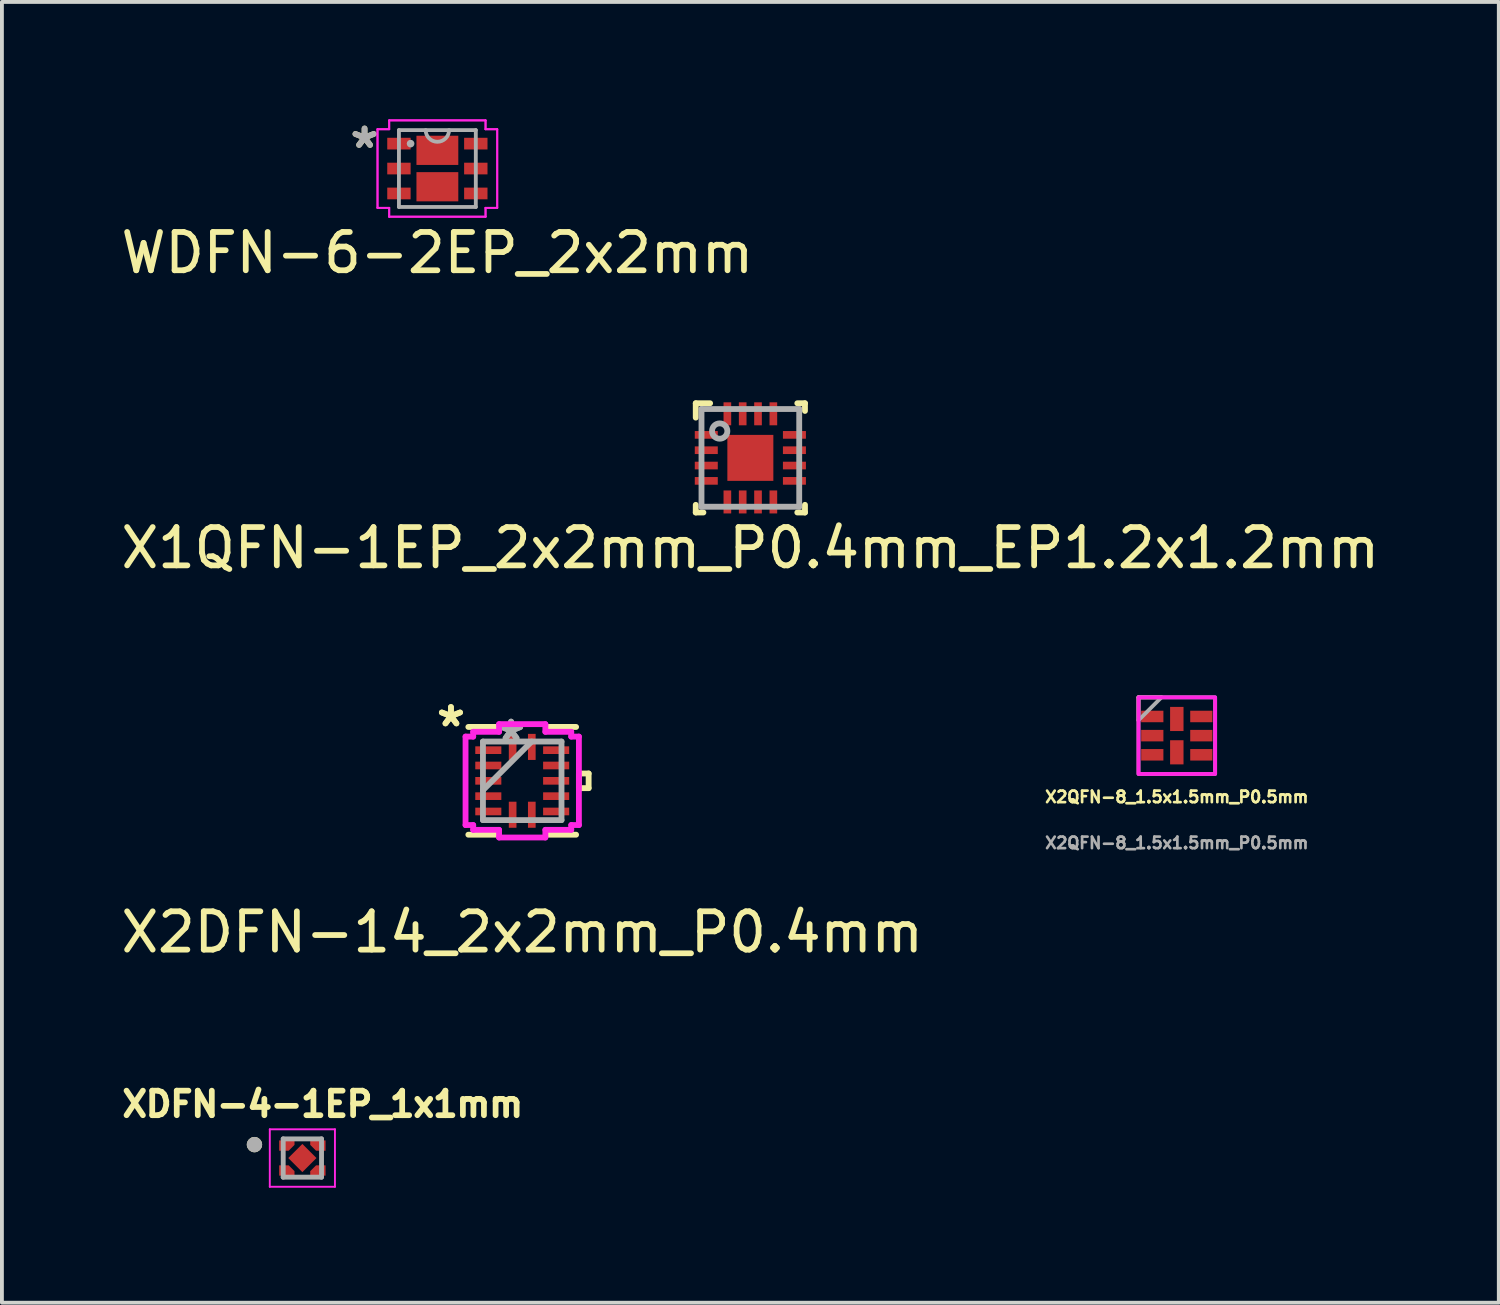
<source format=kicad_pcb>
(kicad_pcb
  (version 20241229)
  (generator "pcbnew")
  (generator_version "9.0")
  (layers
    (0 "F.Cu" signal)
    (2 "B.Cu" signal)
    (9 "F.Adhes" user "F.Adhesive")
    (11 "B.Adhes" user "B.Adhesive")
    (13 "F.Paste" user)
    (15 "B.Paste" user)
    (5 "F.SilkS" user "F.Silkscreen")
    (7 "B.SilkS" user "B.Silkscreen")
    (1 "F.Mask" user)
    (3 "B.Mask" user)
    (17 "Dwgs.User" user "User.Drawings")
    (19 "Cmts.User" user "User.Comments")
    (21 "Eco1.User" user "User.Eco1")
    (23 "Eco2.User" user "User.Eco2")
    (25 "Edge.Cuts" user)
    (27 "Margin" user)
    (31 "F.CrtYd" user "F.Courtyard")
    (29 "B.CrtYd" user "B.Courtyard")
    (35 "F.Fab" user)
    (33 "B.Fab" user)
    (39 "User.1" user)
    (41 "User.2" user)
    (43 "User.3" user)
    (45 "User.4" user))
  (footprint "X2QFN-8_1.5x1.5mm_P0.5mm"
    (layer "F.Cu")
    (at 27.658 16.146)
    (property "Reference" "X2QFN-8_1.5x1.5mm_P0.5mm" (at 0 1.6 0) (unlocked yes) (layer "F.SilkS") (effects (font (size 0.3 0.3) (thickness 0.07) (bold yes))))
    (attr smd)
    (fp_line (start -1 -1) (end -0.4 -1) (stroke (width 0.1) (type default)) (layer "F.SilkS"))
    (fp_line (start -1 -0.4) (end -1 -1) (stroke (width 0.1) (type default)) (layer "F.SilkS"))
    (fp_rect (start -1 -1) (end 1 1) (stroke (width 0.1) (type default)) (fill no) (layer "F.CrtYd"))
    (fp_line (start -0.4 -1) (end -1 -0.4) (stroke (width 0.1) (type default)) (layer "F.Fab"))
    (fp_rect (start -1 -1) (end 1 1) (stroke (width 0.1) (type default)) (fill no) (layer "F.Fab"))
    (fp_text user "${REFERENCE}" (at 0 2.8 0) (unlocked yes) (layer "F.Fab") (effects (font (size 0.3 0.3) (thickness 0.07) (bold yes))))
    (pad "1" smd rect (at -0.64 -0.5 270) (size 0.3 0.58) (layers "F.Cu" "F.Mask" "F.Paste"))
    (pad "2" smd rect (at -0.64 0 270) (size 0.3 0.58) (layers "F.Cu" "F.Mask" "F.Paste"))
    (pad "3" smd rect (at -0.64 0.5 270) (size 0.3 0.58) (layers "F.Cu" "F.Mask" "F.Paste"))
    (pad "4" smd rect (at 0 0.435) (size 0.35 0.63) (layers "F.Cu" "F.Mask" "F.Paste"))
    (pad "5" smd rect (at 0.64 0.5 270) (size 0.3 0.58) (layers "F.Cu" "F.Mask" "F.Paste"))
    (pad "6" smd rect (at 0.64 0 270) (size 0.3 0.58) (layers "F.Cu" "F.Mask" "F.Paste"))
    (pad "7" smd rect (at 0.64 -0.5 270) (size 0.3 0.58) (layers "F.Cu" "F.Mask" "F.Paste"))
    (pad "8" smd rect (at 0 -0.435) (size 0.35 0.63) (layers "F.Cu" "F.Mask" "F.Paste")))
  (footprint "XDFN-4-1EP_1x1mm"
    (layer "F.Cu")
    (at 4.84 27.168)
    (property "Reference" "XDFN-4-1EP_1x1mm" (at 0.532 -1.406 0) (layer "F.SilkS") (effects (font (size 0.64 0.64) (thickness 0.15))))
    (attr through_hole)
    (fp_poly (pts (xy -0.65 -0.505) (xy -0.16 -0.505) (xy -0.16 -0.32) (xy -0.335 -0.145) (xy -0.65 -0.145)) (stroke (width 0.01) (type solid)) (fill yes) (layer "F.Mask"))
    (fp_poly (pts (xy -0.65 0.505) (xy -0.16 0.505) (xy -0.16 0.32) (xy -0.335 0.145) (xy -0.65 0.145)) (stroke (width 0.01) (type solid)) (fill yes) (layer "F.Mask"))
    (fp_poly (pts (xy 0.65 -0.505) (xy 0.16 -0.505) (xy 0.16 -0.32) (xy 0.335 -0.145) (xy 0.65 -0.145)) (stroke (width 0.01) (type solid)) (fill yes) (layer "F.Mask"))
    (fp_poly (pts (xy 0.65 0.505) (xy 0.16 0.505) (xy 0.16 0.32) (xy 0.335 0.145) (xy 0.65 0.145)) (stroke (width 0.01) (type solid)) (fill yes) (layer "F.Mask"))
    (fp_circle (center -1.25 -0.35) (end -1.15 -0.35) (stroke (width 0.2) (type solid)) (fill no) (layer "F.SilkS"))
    (fp_poly (pts (xy -0.6 -0.455) (xy -0.21 -0.455) (xy -0.21 -0.345) (xy -0.36 -0.195) (xy -0.6 -0.195)) (stroke (width 0.01) (type solid)) (fill yes) (layer "F.Paste"))
    (fp_poly (pts (xy -0.6 0.455) (xy -0.21 0.455) (xy -0.21 0.345) (xy -0.36 0.195) (xy -0.6 0.195)) (stroke (width 0.01) (type solid)) (fill yes) (layer "F.Paste"))
    (fp_poly (pts (xy 0.6 -0.455) (xy 0.21 -0.455) (xy 0.21 -0.345) (xy 0.36 -0.195) (xy 0.6 -0.195)) (stroke (width 0.01) (type solid)) (fill yes) (layer "F.Paste"))
    (fp_poly (pts (xy 0.6 0.455) (xy 0.21 0.455) (xy 0.21 0.345) (xy 0.36 0.195) (xy 0.6 0.195)) (stroke (width 0.01) (type solid)) (fill yes) (layer "F.Paste"))
    (fp_line (start -0.85 -0.75) (end 0.85 -0.75) (stroke (width 0.05) (type solid)) (layer "F.CrtYd"))
    (fp_line (start -0.85 0.75) (end -0.85 -0.75) (stroke (width 0.05) (type solid)) (layer "F.CrtYd"))
    (fp_line (start 0.85 -0.75) (end 0.85 0.75) (stroke (width 0.05) (type solid)) (layer "F.CrtYd"))
    (fp_line (start 0.85 0.75) (end -0.85 0.75) (stroke (width 0.05) (type solid)) (layer "F.CrtYd"))
    (fp_line (start -0.5 -0.5) (end -0.5 0.5) (stroke (width 0.127) (type solid)) (layer "F.Fab"))
    (fp_line (start -0.5 0.5) (end 0.5 0.5) (stroke (width 0.127) (type solid)) (layer "F.Fab"))
    (fp_line (start 0.5 -0.5) (end -0.5 -0.5) (stroke (width 0.127) (type solid)) (layer "F.Fab"))
    (fp_line (start 0.5 0.5) (end 0.5 -0.5) (stroke (width 0.127) (type solid)) (layer "F.Fab"))
    (fp_circle (center -1.25 -0.35) (end -1.15 -0.35) (stroke (width 0.2) (type solid)) (fill no) (layer "F.Fab"))
    (pad "1" smd custom (at -0.405 -0.325) (size 0.1 0.1) (layers "F.Cu") (options (anchor rect)) (primitives (gr_poly (pts (xy -0.195 -0.13) (xy 0.195 -0.13) (xy 0.195 -0.02) (xy 0.045 0.13) (xy -0.195 0.13)) (width 0.01) (fill yes))))
    (pad "2" smd custom (at -0.405 0.325) (size 0.1 0.1) (layers "F.Cu") (options (anchor rect)) (primitives (gr_poly (pts (xy -0.195 0.13) (xy 0.195 0.13) (xy 0.195 0.02) (xy 0.045 -0.13) (xy -0.195 -0.13)) (width 0.01) (fill yes))))
    (pad "3" smd custom (at 0.405 0.325) (size 0.1 0.1) (layers "F.Cu") (options (anchor rect)) (primitives (gr_poly (pts (xy 0.195 0.13) (xy -0.195 0.13) (xy -0.195 0.02) (xy -0.045 -0.13) (xy 0.195 -0.13)) (width 0.01) (fill yes))))
    (pad "4" smd custom (at 0.405 -0.325) (size 0.1 0.1) (layers "F.Cu") (options (anchor rect)) (primitives (gr_poly (pts (xy 0.195 -0.13) (xy -0.195 -0.13) (xy -0.195 -0.02) (xy -0.045 0.13) (xy 0.195 0.13)) (width 0.01) (fill yes))))
    (pad "5" smd rect (at 0 0 45) (size 0.52 0.52) (layers "F.Cu" "F.Mask" "F.Paste")))
  (footprint "X2DFN-14_2x2mm_P0.4mm"
    (layer "F.Cu")
    (at 10.577 17.325)
    (property "Reference" "X2DFN-14_2x2mm_P0.4mm" (at 0 3.95 0) (layer "F.SilkS") (effects (font (size 1 1) (thickness 0.15))))
    (attr through_hole)
    (fp_line (start -1.406 1.406) (end -0.629 1.406) (stroke (width 0.152) (type solid)) (layer "F.SilkS"))
    (fp_line (start -0.629 -1.406) (end -1.406 -1.406) (stroke (width 0.152) (type solid)) (layer "F.SilkS"))
    (fp_line (start 0.629 1.406) (end 1.406 1.406) (stroke (width 0.152) (type solid)) (layer "F.SilkS"))
    (fp_line (start 1.406 -1.406) (end 0.629 -1.406) (stroke (width 0.152) (type solid)) (layer "F.SilkS"))
    (fp_line (start 1.479 -0.191) (end 1.733 -0.191) (stroke (width 0.152) (type solid)) (layer "F.SilkS"))
    (fp_line (start 1.479 0.191) (end 1.479 -0.191) (stroke (width 0.152) (type solid)) (layer "F.SilkS"))
    (fp_line (start 1.733 -0.191) (end 1.733 0.191) (stroke (width 0.152) (type solid)) (layer "F.SilkS"))
    (fp_line (start 1.733 0.191) (end 1.479 0.191) (stroke (width 0.152) (type solid)) (layer "F.SilkS"))
    (fp_line (start -1.479 -1.154) (end -1.279 -1.154) (stroke (width 0.152) (type solid)) (layer "F.CrtYd"))
    (fp_line (start -1.479 1.154) (end -1.479 -1.154) (stroke (width 0.152) (type solid)) (layer "F.CrtYd"))
    (fp_line (start -1.279 -1.279) (end -0.604 -1.279) (stroke (width 0.152) (type solid)) (layer "F.CrtYd"))
    (fp_line (start -1.279 -1.154) (end -1.279 -1.279) (stroke (width 0.152) (type solid)) (layer "F.CrtYd"))
    (fp_line (start -1.279 1.154) (end -1.479 1.154) (stroke (width 0.152) (type solid)) (layer "F.CrtYd"))
    (fp_line (start -1.279 1.279) (end -1.279 1.154) (stroke (width 0.152) (type solid)) (layer "F.CrtYd"))
    (fp_line (start -0.604 -1.479) (end 0.604 -1.479) (stroke (width 0.152) (type solid)) (layer "F.CrtYd"))
    (fp_line (start -0.604 -1.279) (end -0.604 -1.479) (stroke (width 0.152) (type solid)) (layer "F.CrtYd"))
    (fp_line (start -0.604 1.279) (end -1.279 1.279) (stroke (width 0.152) (type solid)) (layer "F.CrtYd"))
    (fp_line (start -0.604 1.479) (end -0.604 1.279) (stroke (width 0.152) (type solid)) (layer "F.CrtYd"))
    (fp_line (start 0.604 -1.479) (end 0.604 -1.279) (stroke (width 0.152) (type solid)) (layer "F.CrtYd"))
    (fp_line (start 0.604 -1.279) (end 1.279 -1.279) (stroke (width 0.152) (type solid)) (layer "F.CrtYd"))
    (fp_line (start 0.604 1.279) (end 0.604 1.479) (stroke (width 0.152) (type solid)) (layer "F.CrtYd"))
    (fp_line (start 0.604 1.479) (end -0.604 1.479) (stroke (width 0.152) (type solid)) (layer "F.CrtYd"))
    (fp_line (start 1.279 -1.279) (end 1.279 -1.154) (stroke (width 0.152) (type solid)) (layer "F.CrtYd"))
    (fp_line (start 1.279 -1.154) (end 1.479 -1.154) (stroke (width 0.152) (type solid)) (layer "F.CrtYd"))
    (fp_line (start 1.279 1.154) (end 1.279 1.279) (stroke (width 0.152) (type solid)) (layer "F.CrtYd"))
    (fp_line (start 1.279 1.279) (end 0.604 1.279) (stroke (width 0.152) (type solid)) (layer "F.CrtYd"))
    (fp_line (start 1.479 -1.154) (end 1.479 1.154) (stroke (width 0.152) (type solid)) (layer "F.CrtYd"))
    (fp_line (start 1.479 1.154) (end 1.279 1.154) (stroke (width 0.152) (type solid)) (layer "F.CrtYd"))
    (fp_line (start -1.025 -1.025) (end -1.025 1.025) (stroke (width 0.152) (type solid)) (layer "F.Fab"))
    (fp_line (start -1.025 0.245) (end 0.245 -1.025) (stroke (width 0.152) (type solid)) (layer "F.Fab"))
    (fp_line (start -1.025 1.025) (end 1.025 1.025) (stroke (width 0.152) (type solid)) (layer "F.Fab"))
    (fp_line (start 1.025 -1.025) (end -1.025 -1.025) (stroke (width 0.152) (type solid)) (layer "F.Fab"))
    (fp_line (start 1.025 1.025) (end 1.025 -1.025) (stroke (width 0.152) (type solid)) (layer "F.Fab"))
    (fp_text user "*" (at -1.86 -1.381 0) (layer "F.SilkS") (effects (font (size 1 1) (thickness 0.15))))
    (fp_text user "*" (at -1.86 -1.381 0) (layer "F.SilkS") (effects (font (size 1 1) (thickness 0.15))))
    (fp_text user "*" (at -0.291 -1 0) (layer "F.Fab") (effects (font (size 1 1) (thickness 0.15))))
    (fp_text user "*" (at -0.291 -1 0) (layer "F.Fab") (effects (font (size 1 1) (thickness 0.15))))
    (pad "1" smd rect (at -0.885 -0.8 90) (size 0.2 0.68) (layers "F.Cu" "F.Mask" "F.Paste"))
    (pad "2" smd rect (at -0.885 -0.4 90) (size 0.2 0.68) (layers "F.Cu" "F.Mask" "F.Paste"))
    (pad "3" smd rect (at -0.885 0 90) (size 0.2 0.68) (layers "F.Cu" "F.Mask" "F.Paste"))
    (pad "4" smd rect (at -0.885 0.4 90) (size 0.2 0.68) (layers "F.Cu" "F.Mask" "F.Paste"))
    (pad "5" smd rect (at -0.885 0.8 90) (size 0.2 0.68) (layers "F.Cu" "F.Mask" "F.Paste"))
    (pad "6" smd rect (at -0.25 0.885) (size 0.2 0.68) (layers "F.Cu" "F.Mask" "F.Paste"))
    (pad "7" smd rect (at 0.25 0.885) (size 0.2 0.68) (layers "F.Cu" "F.Mask" "F.Paste"))
    (pad "8" smd rect (at 0.885 0.8 90) (size 0.2 0.68) (layers "F.Cu" "F.Mask" "F.Paste"))
    (pad "9" smd rect (at 0.885 0.4 90) (size 0.2 0.68) (layers "F.Cu" "F.Mask" "F.Paste"))
    (pad "10" smd rect (at 0.885 0 90) (size 0.2 0.68) (layers "F.Cu" "F.Mask" "F.Paste"))
    (pad "11" smd rect (at 0.885 -0.4 90) (size 0.2 0.68) (layers "F.Cu" "F.Mask" "F.Paste"))
    (pad "12" smd rect (at 0.885 -0.8 90) (size 0.2 0.68) (layers "F.Cu" "F.Mask" "F.Paste"))
    (pad "13" smd rect (at 0.25 -0.885) (size 0.2 0.68) (layers "F.Cu" "F.Mask" "F.Paste"))
    (pad "14" smd rect (at -0.25 -0.885) (size 0.2 0.68) (layers "F.Cu" "F.Mask" "F.Paste")))
  (footprint "WDFN-6-2EP_2x2mm"
    (layer "F.Cu")
    (at 8.363 1.348)
    (property "Reference" "WDFN-6-2EP_2x2mm" (at 0 2.2 0) (layer "F.SilkS") (effects (font (size 1 1) (thickness 0.15))))
    (attr through_hole)
    (fp_line (start -1.562 -1.026) (end -1.257 -1.026) (stroke (width 0.05) (type solid)) (layer "F.CrtYd"))
    (fp_line (start -1.562 -1.026) (end -1.257 -1.026) (stroke (width 0.05) (type solid)) (layer "F.CrtYd"))
    (fp_line (start -1.562 1.026) (end -1.562 -1.026) (stroke (width 0.05) (type solid)) (layer "F.CrtYd"))
    (fp_line (start -1.562 1.026) (end -1.562 -1.026) (stroke (width 0.05) (type solid)) (layer "F.CrtYd"))
    (fp_line (start -1.562 1.026) (end -1.257 1.026) (stroke (width 0.05) (type solid)) (layer "F.CrtYd"))
    (fp_line (start -1.257 -1.257) (end 1.257 -1.257) (stroke (width 0.05) (type solid)) (layer "F.CrtYd"))
    (fp_line (start -1.257 -1.257) (end 1.257 -1.257) (stroke (width 0.05) (type solid)) (layer "F.CrtYd"))
    (fp_line (start -1.257 -1.026) (end -1.257 -1.257) (stroke (width 0.05) (type solid)) (layer "F.CrtYd"))
    (fp_line (start -1.257 -1.026) (end -1.257 -1.257) (stroke (width 0.05) (type solid)) (layer "F.CrtYd"))
    (fp_line (start -1.257 1.026) (end -1.562 1.026) (stroke (width 0.05) (type solid)) (layer "F.CrtYd"))
    (fp_line (start -1.257 1.257) (end -1.257 1.026) (stroke (width 0.05) (type solid)) (layer "F.CrtYd"))
    (fp_line (start -1.257 1.257) (end -1.257 1.026) (stroke (width 0.05) (type solid)) (layer "F.CrtYd"))
    (fp_line (start 1.257 -1.257) (end 1.257 -1.026) (stroke (width 0.05) (type solid)) (layer "F.CrtYd"))
    (fp_line (start 1.257 -1.257) (end 1.257 -1.026) (stroke (width 0.05) (type solid)) (layer "F.CrtYd"))
    (fp_line (start 1.257 -1.026) (end 1.562 -1.026) (stroke (width 0.05) (type solid)) (layer "F.CrtYd"))
    (fp_line (start 1.257 1.026) (end 1.257 1.257) (stroke (width 0.05) (type solid)) (layer "F.CrtYd"))
    (fp_line (start 1.257 1.026) (end 1.257 1.257) (stroke (width 0.05) (type solid)) (layer "F.CrtYd"))
    (fp_line (start 1.257 1.257) (end -1.257 1.257) (stroke (width 0.05) (type solid)) (layer "F.CrtYd"))
    (fp_line (start 1.257 1.257) (end -1.257 1.257) (stroke (width 0.05) (type solid)) (layer "F.CrtYd"))
    (fp_line (start 1.562 -1.026) (end 1.257 -1.026) (stroke (width 0.05) (type solid)) (layer "F.CrtYd"))
    (fp_line (start 1.562 -1.026) (end 1.562 1.026) (stroke (width 0.05) (type solid)) (layer "F.CrtYd"))
    (fp_line (start 1.562 -1.026) (end 1.562 1.026) (stroke (width 0.05) (type solid)) (layer "F.CrtYd"))
    (fp_line (start 1.562 1.026) (end 1.257 1.026) (stroke (width 0.05) (type solid)) (layer "F.CrtYd"))
    (fp_line (start 1.562 1.026) (end 1.257 1.026) (stroke (width 0.05) (type solid)) (layer "F.CrtYd"))
    (fp_line (start -1.003 -1.003) (end -1.003 1.003) (stroke (width 0.1) (type solid)) (layer "F.Fab"))
    (fp_line (start -1.003 1.003) (end 1.003 1.003) (stroke (width 0.1) (type solid)) (layer "F.Fab"))
    (fp_line (start 1.003 -1.003) (end -1.003 -1.003) (stroke (width 0.1) (type solid)) (layer "F.Fab"))
    (fp_line (start 1.003 1.003) (end 1.003 -1.003) (stroke (width 0.1) (type solid)) (layer "F.Fab"))
    (fp_arc (start 0.3048 -1.0033) (mid 0 -0.6985) (end -0.3048 -1.0033) (stroke (width 0.1) (type solid)) (layer "F.Fab"))
    (fp_circle (center -0.699 -0.65) (end -0.699 -0.65) (stroke (width 0.1) (type solid)) (fill no) (layer "F.Fab"))
    (fp_text user "*" (at -1.9 -0.5 0) (layer "F.SilkS") (effects (font (size 1 1) (thickness 0.15))))
    (fp_text user "*" (at -1.9 -0.5 0) (layer "F.Fab") (effects (font (size 1 1) (thickness 0.15))))
    (pad "1" smd rect (at -1.003 -0.65) (size 0.61 0.305) (layers "F.Cu" "F.Mask" "F.Paste"))
    (pad "2" smd rect (at -1.003 0) (size 0.61 0.305) (layers "F.Cu" "F.Mask" "F.Paste"))
    (pad "3" smd rect (at -1.003 0.65) (size 0.61 0.305) (layers "F.Cu" "F.Mask" "F.Paste"))
    (pad "4" smd rect (at 1.003 0.65) (size 0.61 0.305) (layers "F.Cu" "F.Mask" "F.Paste"))
    (pad "5" smd rect (at 1.003 0) (size 0.61 0.305) (layers "F.Cu" "F.Mask" "F.Paste"))
    (pad "6" smd rect (at 1.003 -0.65) (size 0.61 0.305) (layers "F.Cu" "F.Mask" "F.Paste"))
    (pad "7" smd rect (at 0 -0.475) (size 1.092 0.762) (layers "F.Cu" "F.Mask" "F.Paste"))
    (pad "8" smd rect (at 0 0.475) (size 1.092 0.762) (layers "F.Cu" "F.Mask" "F.Paste")))
  (footprint "X1QFN-1EP_2x2mm_P0.4mm_EP1.2x1.2mm"
    (layer "F.Cu")
    (at 16.53 8.898)
    (property "Reference" "X1QFN-1EP_2x2mm_P0.4mm_EP1.2x1.2mm" (at 0 2.35 0) (layer "F.SilkS") (effects (font (size 1 1) (thickness 0.15))))
    (attr through_hole)
    (fp_line (start -1.425 -1.425) (end -1.05 -1.425) (stroke (width 0.152) (type solid)) (layer "F.SilkS"))
    (fp_line (start -1.425 -1.05) (end -1.425 -1.425) (stroke (width 0.152) (type solid)) (layer "F.SilkS"))
    (fp_line (start -1.425 1.425) (end -1.425 1.225) (stroke (width 0.152) (type solid)) (layer "F.SilkS"))
    (fp_line (start -1.425 1.425) (end -1.225 1.425) (stroke (width 0.152) (type solid)) (layer "F.SilkS"))
    (fp_line (start 1.225 -1.425) (end 1.425 -1.425) (stroke (width 0.152) (type solid)) (layer "F.SilkS"))
    (fp_line (start 1.225 1.425) (end 1.425 1.425) (stroke (width 0.152) (type solid)) (layer "F.SilkS"))
    (fp_line (start 1.425 -1.225) (end 1.425 -1.425) (stroke (width 0.152) (type solid)) (layer "F.SilkS"))
    (fp_line (start 1.425 1.425) (end 1.425 1.225) (stroke (width 0.152) (type solid)) (layer "F.SilkS"))
    (fp_line (start -1.275 -1.275) (end 1.275 -1.275) (stroke (width 0.152) (type solid)) (layer "F.Fab"))
    (fp_line (start -1.275 1.275) (end -1.275 -1.275) (stroke (width 0.152) (type solid)) (layer "F.Fab"))
    (fp_line (start -1.275 1.275) (end 1.275 1.275) (stroke (width 0.152) (type solid)) (layer "F.Fab"))
    (fp_line (start 1.275 1.275) (end 1.275 -1.275) (stroke (width 0.152) (type solid)) (layer "F.Fab"))
    (fp_circle (center -0.8 -0.7) (end -0.6 -0.7) (stroke (width 0.152) (type solid)) (fill no) (layer "F.Fab"))
    (pad "1" smd rect (at -1.15 -0.6) (size 0.6 0.2) (layers "F.Cu" "F.Mask" "F.Paste"))
    (pad "2" smd rect (at -1.15 -0.2) (size 0.6 0.2) (layers "F.Cu" "F.Mask" "F.Paste"))
    (pad "3" smd rect (at -1.15 0.2) (size 0.6 0.2) (layers "F.Cu" "F.Mask" "F.Paste"))
    (pad "4" smd rect (at -1.15 0.6) (size 0.6 0.2) (layers "F.Cu" "F.Mask" "F.Paste"))
    (pad "5" smd rect (at -0.6 1.15 90) (size 0.6 0.2) (layers "F.Cu" "F.Mask" "F.Paste"))
    (pad "6" smd rect (at -0.2 1.15 90) (size 0.6 0.2) (layers "F.Cu" "F.Mask" "F.Paste"))
    (pad "7" smd rect (at 0.2 1.15 90) (size 0.6 0.2) (layers "F.Cu" "F.Mask" "F.Paste"))
    (pad "8" smd rect (at 0.6 1.15 90) (size 0.6 0.2) (layers "F.Cu" "F.Mask" "F.Paste"))
    (pad "9" smd rect (at 1.15 0.6) (size 0.6 0.2) (layers "F.Cu" "F.Mask" "F.Paste"))
    (pad "10" smd rect (at 1.15 0.2) (size 0.6 0.2) (layers "F.Cu" "F.Mask" "F.Paste"))
    (pad "11" smd rect (at 1.15 -0.2) (size 0.6 0.2) (layers "F.Cu" "F.Mask" "F.Paste"))
    (pad "12" smd rect (at 1.15 -0.6) (size 0.6 0.2) (layers "F.Cu" "F.Mask" "F.Paste"))
    (pad "13" smd rect (at 0.6 -1.15 90) (size 0.6 0.2) (layers "F.Cu" "F.Mask" "F.Paste"))
    (pad "14" smd rect (at 0.2 -1.15 90) (size 0.6 0.2) (layers "F.Cu" "F.Mask" "F.Paste"))
    (pad "15" smd rect (at -0.2 -1.15 90) (size 0.6 0.2) (layers "F.Cu" "F.Mask" "F.Paste"))
    (pad "16" smd rect (at -0.6 -1.15 90) (size 0.6 0.2) (layers "F.Cu" "F.Mask" "F.Paste"))
    (pad "17" smd rect (at 0 0) (size 1.2 1.2) (layers "F.Cu" "F.Mask" "F.Paste")))
  (gr_rect
    (start -3 -3)
    (end 36.06 30.943)
    (stroke (width 0.1) (type default))
    (fill no)
    (layer "Edge.Cuts")))
</source>
